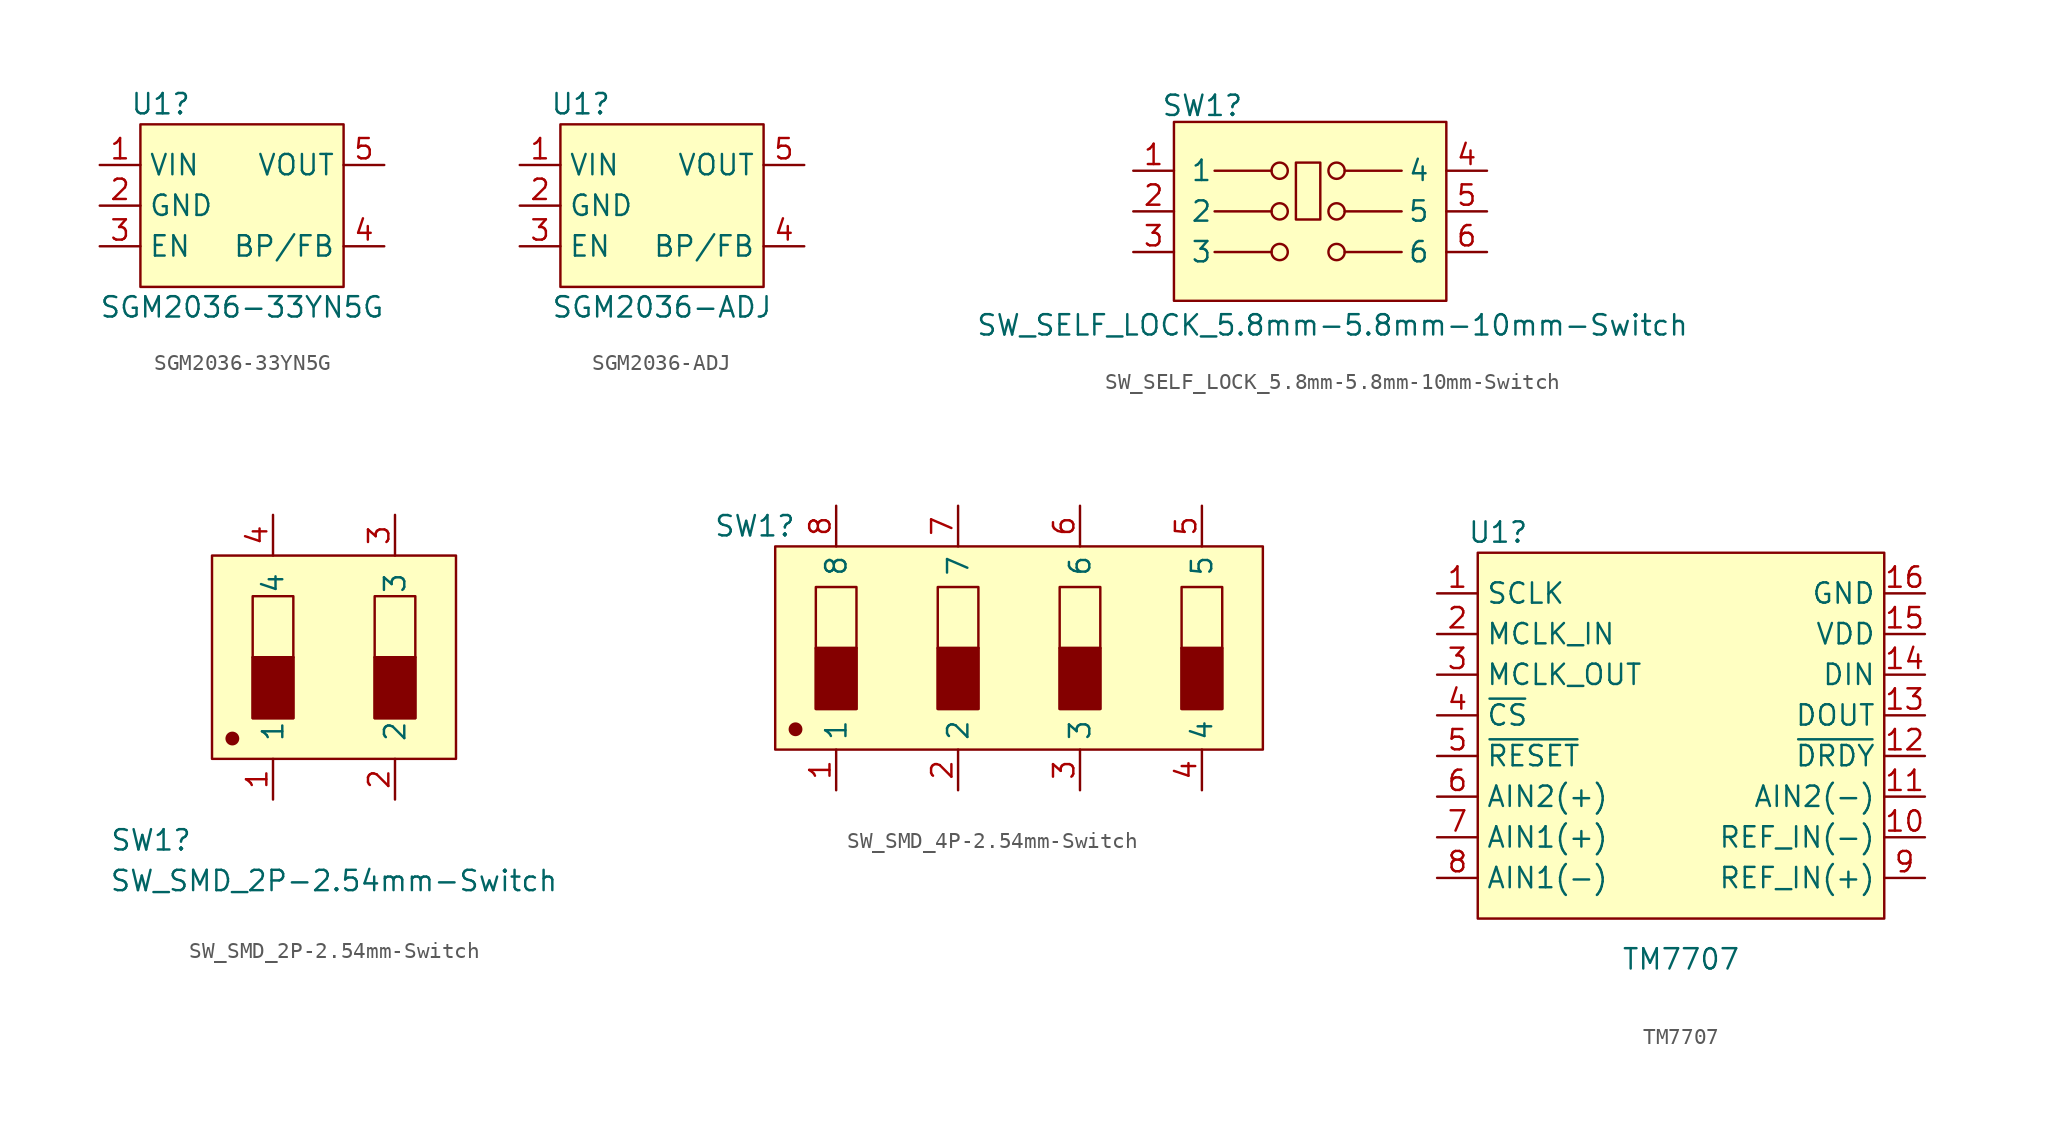
<source format=kicad_sym>
(kicad_symbol_lib
  (version 20220914)
  (generator kicad_symbol_editor)
  (symbol "SGM2036-33YN5G"
    (property "Reference" "U1"
      (at -5.08 6.35 0)
      (effects (font (size 1.27 1.27))))
    (property "Value" "SGM2036-33YN5G"
      (at 0 -6.35 0)
      (effects (font (size 1.27 1.27))))
    (symbol "SGM2036-33YN5G_0_1"
      (rectangle (start -6.35 5.08) (end 6.35 -5.08) (stroke (width 0) (type default)) (fill (type background))))
    (symbol "SGM2036-33YN5G_1_1"
      (pin bidirectional line (at -8.89 2.54 0) (length 2.54) (name "VIN" (effects (font (size 1.27 1.27)))) (number "1" (effects (font (size 1.27 1.27)))))
      (pin power_in line (at -8.89 0 0) (length 2.54) (name "GND" (effects (font (size 1.27 1.27)))) (number "2" (effects (font (size 1.27 1.27)))))
      (pin power_in line (at -8.89 -2.54 0) (length 2.54) (name "EN" (effects (font (size 1.27 1.27)))) (number "3" (effects (font (size 1.27 1.27)))))
      (pin bidirectional line (at 8.89 -2.54 180) (length 2.54) (name "BP/FB" (effects (font (size 1.27 1.27)))) (number "4" (effects (font (size 1.27 1.27)))))
      (pin power_in line (at 8.89 2.54 180) (length 2.54) (name "VOUT" (effects (font (size 1.27 1.27)))) (number "5" (effects (font (size 1.27 1.27)))))))
  (symbol "SGM2036-ADJ"
    (property "Reference" "U1"
      (at -5.08 6.35 0)
      (effects (font (size 1.27 1.27))))
    (property "Value" "SGM2036-ADJ"
      (at 0 -6.35 0)
      (effects (font (size 1.27 1.27))))
    (symbol "SGM2036-ADJ_0_1"
      (rectangle (start -6.35 5.08) (end 6.35 -5.08) (stroke (width 0) (type default)) (fill (type background))))
    (symbol "SGM2036-ADJ_1_1"
      (pin bidirectional line (at -8.89 2.54 0) (length 2.54) (name "VIN" (effects (font (size 1.27 1.27)))) (number "1" (effects (font (size 1.27 1.27)))))
      (pin power_in line (at -8.89 0 0) (length 2.54) (name "GND" (effects (font (size 1.27 1.27)))) (number "2" (effects (font (size 1.27 1.27)))))
      (pin power_in line (at -8.89 -2.54 0) (length 2.54) (name "EN" (effects (font (size 1.27 1.27)))) (number "3" (effects (font (size 1.27 1.27)))))
      (pin bidirectional line (at 8.89 -2.54 180) (length 2.54) (name "BP/FB" (effects (font (size 1.27 1.27)))) (number "4" (effects (font (size 1.27 1.27)))))
      (pin power_in line (at 8.89 2.54 180) (length 2.54) (name "VOUT" (effects (font (size 1.27 1.27)))) (number "5" (effects (font (size 1.27 1.27)))))))
  (symbol "SW_SELF_LOCK_5.8mm-5.8mm-10mm-Switch"
    (pin_names
      (offset 1.016))
    (property "Reference" "SW1"
      (at -6.604 6.604 0)
      (effects (font (size 1.27 1.27))))
    (property "Value" "SW_SELF_LOCK_5.8mm-5.8mm-10mm-Switch"
      (at 1.524 -7.112 0)
      (effects (font (size 1.27 1.27))))
    (symbol "SW_SELF_LOCK_5.8mm-5.8mm-10mm-Switch_0_1"
      (rectangle (start -8.382 5.588) (end 8.636 -5.588) (stroke (width 0) (type default)) (fill (type background)))
      (circle (center -1.778 -2.54) (radius 0.508) (stroke (width 0) (type default)) (fill (type none)))
      (circle (center -1.778 0) (radius 0.508) (stroke (width 0) (type default)) (fill (type none)))
      (circle (center -1.778 2.54) (radius 0.508) (stroke (width 0) (type default)) (fill (type none)))
      (rectangle (start -0.762 3.048) (end 0.762 -0.508) (stroke (width 0) (type default)) (fill (type none)))
      (polyline (pts (xy -5.842 2.54) (xy -2.286 2.54)) (stroke (width 0) (type default)) (fill (type none)))
      (circle (center 1.778 -2.54) (radius 0.508) (stroke (width 0) (type default)) (fill (type none)))
      (circle (center 1.778 0) (radius 0.508) (stroke (width 0) (type default)) (fill (type none)))
      (circle (center 1.778 2.54) (radius 0.508) (stroke (width 0) (type default)) (fill (type none))))
    (symbol "SW_SELF_LOCK_5.8mm-5.8mm-10mm-Switch_1_1"
      (polyline (pts (xy -5.842 -2.54) (xy -2.286 -2.54)) (stroke (width 0) (type default)) (fill (type none)))
      (polyline (pts (xy -5.842 0) (xy -2.286 0)) (stroke (width 0) (type default)) (fill (type none)))
      (polyline (pts (xy 2.286 -2.54) (xy 5.842 -2.54)) (stroke (width 0) (type default)) (fill (type none)))
      (polyline (pts (xy 2.286 0) (xy 5.842 0)) (stroke (width 0) (type default)) (fill (type none)))
      (polyline (pts (xy 2.286 2.54) (xy 5.842 2.54)) (stroke (width 0) (type default)) (fill (type none)))
      (pin passive line (at -10.922 2.54 0) (length 2.54) (name "1" (effects (font (size 1.27 1.27)))) (number "1" (effects (font (size 1.27 1.27)))))
      (pin passive line (at -10.922 0 0) (length 2.54) (name "2" (effects (font (size 1.27 1.27)))) (number "2" (effects (font (size 1.27 1.27)))))
      (pin passive line (at -10.922 -2.54 0) (length 2.54) (name "3" (effects (font (size 1.27 1.27)))) (number "3" (effects (font (size 1.27 1.27)))))
      (pin passive line (at 11.176 2.54 180) (length 2.54) (name "4" (effects (font (size 1.27 1.27)))) (number "4" (effects (font (size 1.27 1.27)))))
      (pin passive line (at 11.176 0 180) (length 2.54) (name "5" (effects (font (size 1.27 1.27)))) (number "5" (effects (font (size 1.27 1.27)))))
      (pin passive line (at 11.176 -2.54 180) (length 2.54) (name "6" (effects (font (size 1.27 1.27)))) (number "6" (effects (font (size 1.27 1.27)))))))
  (symbol "SW_SMD_2P-2.54mm-Switch"
    (pin_names
      (offset 1.016))
    (property "Reference" "SW1"
      (at -11.43 -11.43 0)
      (effects (font (size 1.27 1.27))))
    (property "Value" "SW_SMD_2P-2.54mm-Switch"
      (at 0 -13.97 0)
      (effects (font (size 1.27 1.27))))
    (symbol "SW_SMD_2P-2.54mm-Switch_0_1"
      (rectangle (start -7.62 6.35) (end 7.62 -6.35) (stroke (width 0) (type default)) (fill (type background)))
      (circle (center -6.35 -5.08) (radius 0.356) (stroke (width 0) (type default)) (fill (type outline)))
      (rectangle (start -5.08 -3.81) (end -2.54 0) (stroke (width 0) (type default)) (fill (type outline)))
      (rectangle (start -5.08 3.81) (end -2.54 -3.81) (stroke (width 0) (type default)) (fill (type none)))
      (polyline (pts (xy -5.08 0) (xy -2.54 0)) (stroke (width 0) (type default)) (fill (type none)))
      (polyline (pts (xy 2.54 0) (xy 5.08 0)) (stroke (width 0) (type default)) (fill (type none)))
      (rectangle (start 2.54 0) (end 5.08 -3.81) (stroke (width 0) (type default)) (fill (type outline)))
      (rectangle (start 2.54 3.81) (end 5.08 -3.81) (stroke (width 0) (type default)) (fill (type none))))
    (symbol "SW_SMD_2P-2.54mm-Switch_1_1"
      (pin passive line (at -3.81 -8.89 90) (length 2.54) (name "1" (effects (font (size 1.27 1.27)))) (number "1" (effects (font (size 1.27 1.27)))))
      (pin passive line (at 3.81 -8.89 90) (length 2.54) (name "2" (effects (font (size 1.27 1.27)))) (number "2" (effects (font (size 1.27 1.27)))))
      (pin passive line (at 3.81 8.89 270) (length 2.54) (name "3" (effects (font (size 1.27 1.27)))) (number "3" (effects (font (size 1.27 1.27)))))
      (pin passive line (at -3.81 8.89 270) (length 2.54) (name "4" (effects (font (size 1.27 1.27)))) (number "4" (effects (font (size 1.27 1.27)))))))
  (symbol "SW_SMD_4P-2.54mm-Switch"
    (property "Reference" "SW1"
      (at -16.51 7.62 0)
      (effects (font (size 1.27 1.27))))
    (property "Value" ""
      (at -7.62 0 0)
      (effects (font (size 1.27 1.27))))
    (symbol "SW_SMD_4P-2.54mm-Switch_0_1"
      (rectangle (start -15.24 6.35) (end 15.24 -6.35) (stroke (width 0) (type default)) (fill (type background)))
      (circle (center -13.97 -5.08) (radius 0.356) (stroke (width 0) (type default)) (fill (type outline)))
      (rectangle (start -12.7 0) (end -10.16 -3.81) (stroke (width 0) (type default)) (fill (type outline)))
      (rectangle (start -12.7 3.81) (end -10.16 -3.81) (stroke (width 0) (type default)) (fill (type none)))
      (rectangle (start -5.08 0) (end -2.54 -3.81) (stroke (width 0) (type default)) (fill (type outline)))
      (rectangle (start -5.08 3.81) (end -2.54 -3.81) (stroke (width 0) (type default)) (fill (type none)))
      (polyline (pts (xy -12.7 0) (xy -10.16 0)) (stroke (width 0) (type default)) (fill (type none)))
      (polyline (pts (xy -5.08 0) (xy -2.54 0)) (stroke (width 0) (type default)) (fill (type none)))
      (polyline (pts (xy 2.54 0) (xy 5.08 0)) (stroke (width 0) (type default)) (fill (type none)))
      (polyline (pts (xy 10.16 0) (xy 12.7 0)) (stroke (width 0) (type default)) (fill (type none)))
      (rectangle (start 2.54 0) (end 5.08 -3.81) (stroke (width 0) (type default)) (fill (type outline)))
      (rectangle (start 2.54 3.81) (end 5.08 -3.81) (stroke (width 0) (type default)) (fill (type none)))
      (rectangle (start 10.16 0) (end 12.7 -3.81) (stroke (width 0) (type default)) (fill (type outline)))
      (rectangle (start 10.16 3.81) (end 12.7 -3.81) (stroke (width 0) (type default)) (fill (type none))))
    (symbol "SW_SMD_4P-2.54mm-Switch_1_1"
      (pin passive line (at -11.43 -8.89 90) (length 2.54) (name "1" (effects (font (size 1.27 1.27)))) (number "1" (effects (font (size 1.27 1.27)))))
      (pin passive line (at -3.81 -8.89 90) (length 2.54) (name "2" (effects (font (size 1.27 1.27)))) (number "2" (effects (font (size 1.27 1.27)))))
      (pin passive line (at 3.81 -8.89 90) (length 2.54) (name "3" (effects (font (size 1.27 1.27)))) (number "3" (effects (font (size 1.27 1.27)))))
      (pin passive line (at 11.43 -8.89 90) (length 2.54) (name "4" (effects (font (size 1.27 1.27)))) (number "4" (effects (font (size 1.27 1.27)))))
      (pin passive line (at 11.43 8.89 270) (length 2.54) (name "5" (effects (font (size 1.27 1.27)))) (number "5" (effects (font (size 1.27 1.27)))))
      (pin passive line (at 3.81 8.89 270) (length 2.54) (name "6" (effects (font (size 1.27 1.27)))) (number "6" (effects (font (size 1.27 1.27)))))
      (pin passive line (at -3.81 8.89 270) (length 2.54) (name "7" (effects (font (size 1.27 1.27)))) (number "7" (effects (font (size 1.27 1.27)))))
      (pin passive line (at -11.43 8.89 270) (length 2.54) (name "8" (effects (font (size 1.27 1.27)))) (number "8" (effects (font (size 1.27 1.27)))))))
  (symbol "TM7707"
    (property "Reference" "U1"
      (at -11.43 12.7 0)
      (effects (font (size 1.27 1.27))))
    (property "Value" "TM7707"
      (at 0 -13.97 0)
      (effects (font (size 1.27 1.27))))
    (symbol "TM7707_0_1"
      (rectangle (start -12.7 11.43) (end 12.7 -11.43) (stroke (width 0) (type default)) (fill (type background))))
    (symbol "TM7707_1_1"
      (pin bidirectional line (at -15.24 8.89 0) (length 2.54) (name "SCLK" (effects (font (size 1.27 1.27)))) (number "1" (effects (font (size 1.27 1.27)))))
      (pin power_in line (at 15.24 -6.35 180) (length 2.54) (name "REF_IN(-)" (effects (font (size 1.27 1.27)))) (number "10" (effects (font (size 1.27 1.27)))))
      (pin power_in line (at 15.24 -3.81 180) (length 2.54) (name "AIN2(-)" (effects (font (size 1.27 1.27)))) (number "11" (effects (font (size 1.27 1.27)))))
      (pin power_in line (at 15.24 -1.27 180) (length 2.54) (name "~{DRDY}" (effects (font (size 1.27 1.27)))) (number "12" (effects (font (size 1.27 1.27)))))
      (pin power_in line (at 15.24 1.27 180) (length 2.54) (name "DOUT" (effects (font (size 1.27 1.27)))) (number "13" (effects (font (size 1.27 1.27)))))
      (pin power_in line (at 15.24 3.81 180) (length 2.54) (name "DIN" (effects (font (size 1.27 1.27)))) (number "14" (effects (font (size 1.27 1.27)))))
      (pin power_in line (at 15.24 6.35 180) (length 2.54) (name "VDD" (effects (font (size 1.27 1.27)))) (number "15" (effects (font (size 1.27 1.27)))))
      (pin power_in line (at 15.24 8.89 180) (length 2.54) (name "GND" (effects (font (size 1.27 1.27)))) (number "16" (effects (font (size 1.27 1.27)))))
      (pin power_in line (at -15.24 6.35 0) (length 2.54) (name "MCLK_IN" (effects (font (size 1.27 1.27)))) (number "2" (effects (font (size 1.27 1.27)))))
      (pin power_in line (at -15.24 3.81 0) (length 2.54) (name "MCLK_OUT" (effects (font (size 1.27 1.27)))) (number "3" (effects (font (size 1.27 1.27)))))
      (pin bidirectional line (at -15.24 1.27 0) (length 2.54) (name "~{CS}" (effects (font (size 1.27 1.27)))) (number "4" (effects (font (size 1.27 1.27)))))
      (pin power_in line (at -15.24 -1.27 0) (length 2.54) (name "~{RESET}" (effects (font (size 1.27 1.27)))) (number "5" (effects (font (size 1.27 1.27)))))
      (pin power_in line (at -15.24 -3.81 0) (length 2.54) (name "AIN2(+)" (effects (font (size 1.27 1.27)))) (number "6" (effects (font (size 1.27 1.27)))))
      (pin power_in line (at -15.24 -6.35 0) (length 2.54) (name "AIN1(+)" (effects (font (size 1.27 1.27)))) (number "7" (effects (font (size 1.27 1.27)))))
      (pin power_in line (at -15.24 -8.89 0) (length 2.54) (name "AIN1(-)" (effects (font (size 1.27 1.27)))) (number "8" (effects (font (size 1.27 1.27)))))
      (pin power_in line (at 15.24 -8.89 180) (length 2.54) (name "REF_IN(+)" (effects (font (size 1.27 1.27)))) (number "9" (effects (font (size 1.27 1.27))))))))
</source>
